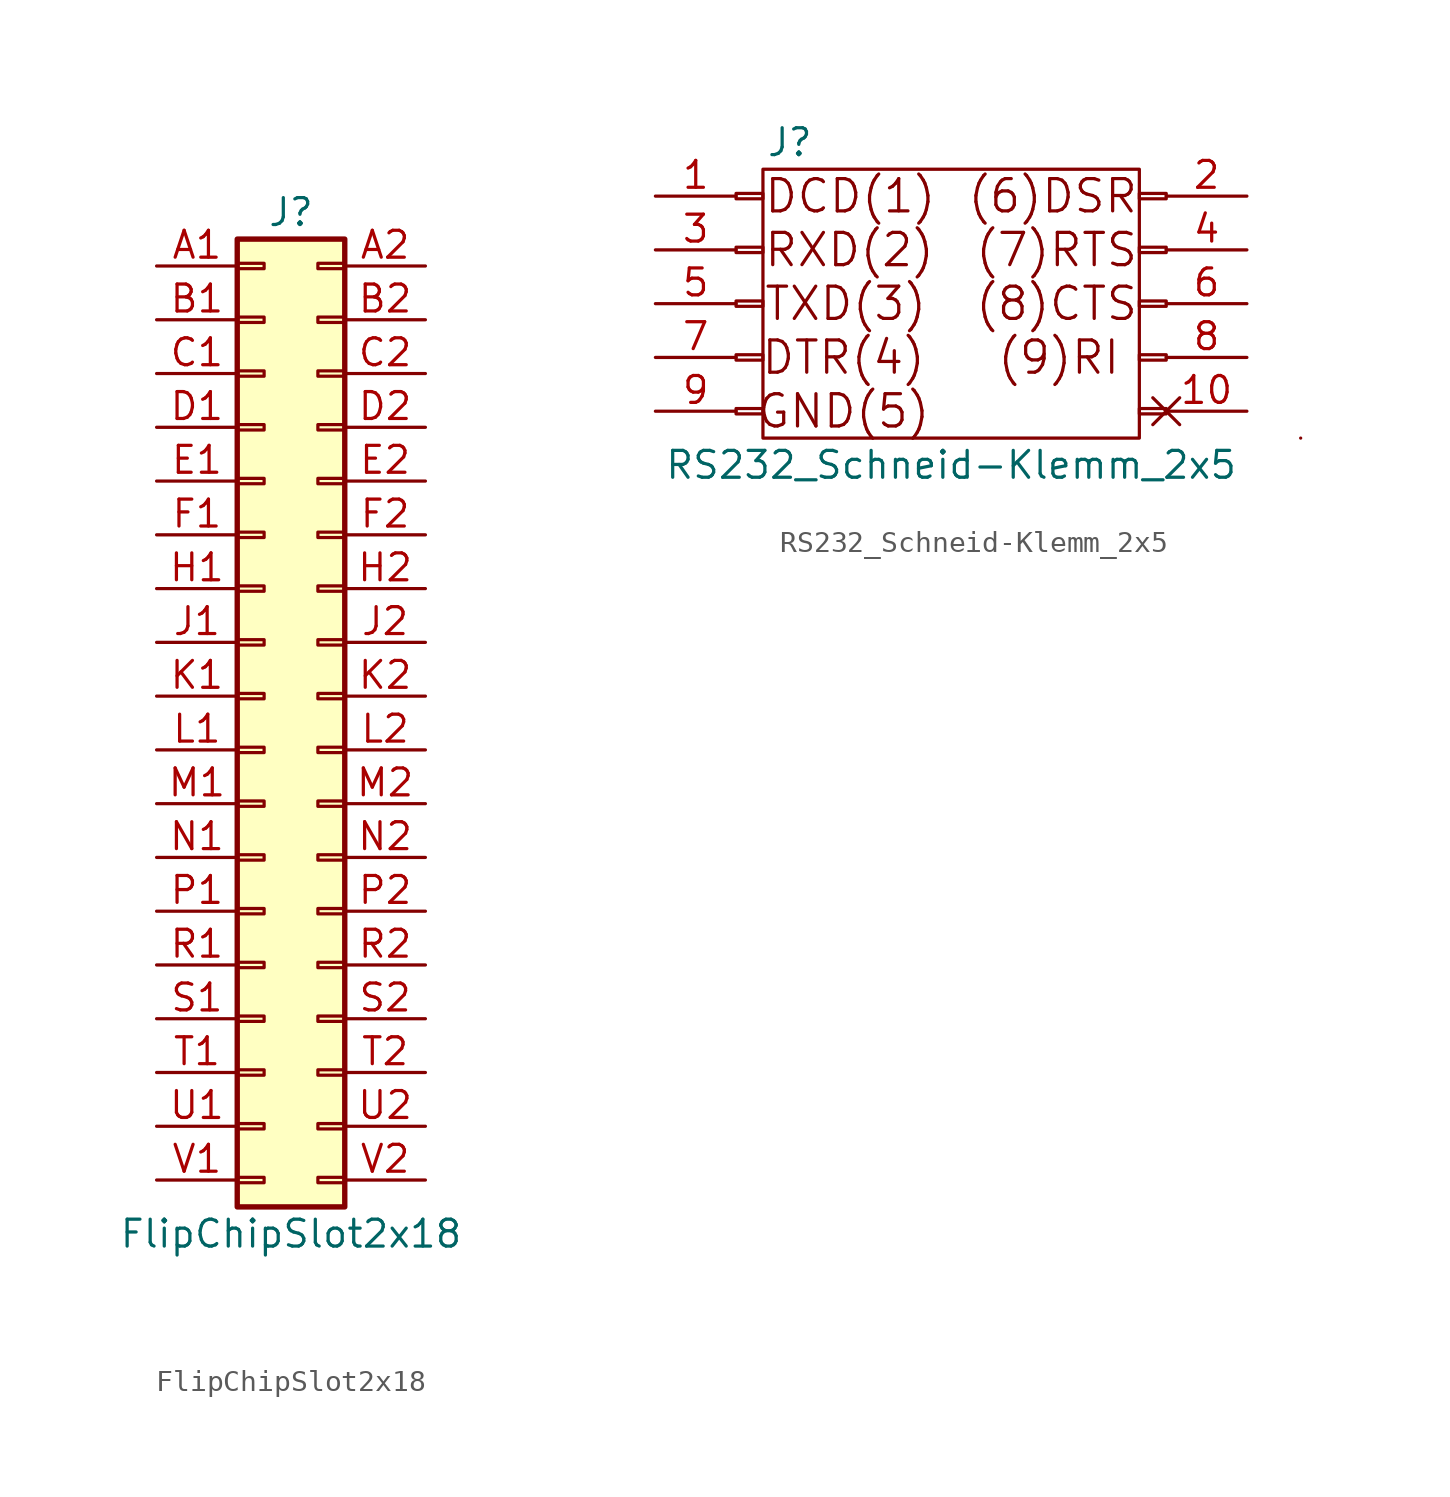
<source format=kicad_sym>
(kicad_symbol_lib
  (version 20220914)
  (generator kicad_symbol_editor)
  (symbol "FlipChipSlot2x18"
    (pin_names
      (offset 1.016) hide)
    (property "Reference" "J"
      (at 1.27 22.86 0)
      (effects (font (size 1.27 1.27))))
    (property "Value" "FlipChipSlot2x18"
      (at 1.27 -25.4 0)
      (effects (font (size 1.27 1.27))))
    (symbol "FlipChipSlot2x18_1_1"
      (rectangle (start -1.27 -22.733) (end 0 -22.987) (stroke (width 0.152) (type solid)) (fill (type none)))
      (rectangle (start -1.27 -20.193) (end 0 -20.447) (stroke (width 0.152) (type solid)) (fill (type none)))
      (rectangle (start -1.27 -17.653) (end 0 -17.907) (stroke (width 0.152) (type solid)) (fill (type none)))
      (rectangle (start -1.27 -15.113) (end 0 -15.367) (stroke (width 0.152) (type solid)) (fill (type none)))
      (rectangle (start -1.27 -12.573) (end 0 -12.827) (stroke (width 0.152) (type solid)) (fill (type none)))
      (rectangle (start -1.27 -10.033) (end 0 -10.287) (stroke (width 0.152) (type solid)) (fill (type none)))
      (rectangle (start -1.27 -7.493) (end 0 -7.747) (stroke (width 0.152) (type solid)) (fill (type none)))
      (rectangle (start -1.27 -4.953) (end 0 -5.207) (stroke (width 0.152) (type solid)) (fill (type none)))
      (rectangle (start -1.27 -2.413) (end 0 -2.667) (stroke (width 0.152) (type solid)) (fill (type none)))
      (rectangle (start -1.27 0.127) (end 0 -0.127) (stroke (width 0.152) (type solid)) (fill (type none)))
      (rectangle (start -1.27 2.667) (end 0 2.413) (stroke (width 0.152) (type solid)) (fill (type none)))
      (rectangle (start -1.27 5.207) (end 0 4.953) (stroke (width 0.152) (type solid)) (fill (type none)))
      (rectangle (start -1.27 7.747) (end 0 7.493) (stroke (width 0.152) (type solid)) (fill (type none)))
      (rectangle (start -1.27 10.287) (end 0 10.033) (stroke (width 0.152) (type solid)) (fill (type none)))
      (rectangle (start -1.27 12.827) (end 0 12.573) (stroke (width 0.152) (type solid)) (fill (type none)))
      (rectangle (start -1.27 15.367) (end 0 15.113) (stroke (width 0.152) (type solid)) (fill (type none)))
      (rectangle (start -1.27 17.907) (end 0 17.653) (stroke (width 0.152) (type solid)) (fill (type none)))
      (rectangle (start -1.27 20.447) (end 0 20.193) (stroke (width 0.152) (type solid)) (fill (type none)))
      (rectangle (start -1.27 21.59) (end 3.81 -24.13) (stroke (width 0.254) (type solid)) (fill (type background)))
      (rectangle (start 3.81 -22.733) (end 2.54 -22.987) (stroke (width 0.152) (type solid)) (fill (type none)))
      (rectangle (start 3.81 -20.193) (end 2.54 -20.447) (stroke (width 0.152) (type solid)) (fill (type none)))
      (rectangle (start 3.81 -17.653) (end 2.54 -17.907) (stroke (width 0.152) (type solid)) (fill (type none)))
      (rectangle (start 3.81 -15.113) (end 2.54 -15.367) (stroke (width 0.152) (type solid)) (fill (type none)))
      (rectangle (start 3.81 -12.573) (end 2.54 -12.827) (stroke (width 0.152) (type solid)) (fill (type none)))
      (rectangle (start 3.81 -10.033) (end 2.54 -10.287) (stroke (width 0.152) (type solid)) (fill (type none)))
      (rectangle (start 3.81 -7.493) (end 2.54 -7.747) (stroke (width 0.152) (type solid)) (fill (type none)))
      (rectangle (start 3.81 -4.953) (end 2.54 -5.207) (stroke (width 0.152) (type solid)) (fill (type none)))
      (rectangle (start 3.81 -2.413) (end 2.54 -2.667) (stroke (width 0.152) (type solid)) (fill (type none)))
      (rectangle (start 3.81 0.127) (end 2.54 -0.127) (stroke (width 0.152) (type solid)) (fill (type none)))
      (rectangle (start 3.81 2.667) (end 2.54 2.413) (stroke (width 0.152) (type solid)) (fill (type none)))
      (rectangle (start 3.81 5.207) (end 2.54 4.953) (stroke (width 0.152) (type solid)) (fill (type none)))
      (rectangle (start 3.81 7.747) (end 2.54 7.493) (stroke (width 0.152) (type solid)) (fill (type none)))
      (rectangle (start 3.81 10.287) (end 2.54 10.033) (stroke (width 0.152) (type solid)) (fill (type none)))
      (rectangle (start 3.81 12.827) (end 2.54 12.573) (stroke (width 0.152) (type solid)) (fill (type none)))
      (rectangle (start 3.81 15.367) (end 2.54 15.113) (stroke (width 0.152) (type solid)) (fill (type none)))
      (rectangle (start 3.81 17.907) (end 2.54 17.653) (stroke (width 0.152) (type solid)) (fill (type none)))
      (rectangle (start 3.81 20.447) (end 2.54 20.193) (stroke (width 0.152) (type solid)) (fill (type none)))
      (pin passive line (at -5.08 20.32 0) (length 3.81) (name "Pin_A1" (effects (font (size 1.27 1.27)))) (number "A1" (effects (font (size 1.27 1.27)))))
      (pin passive line (at 7.62 20.32 180) (length 3.81) (name "Pin_A2" (effects (font (size 1.27 1.27)))) (number "A2" (effects (font (size 1.27 1.27)))))
      (pin passive line (at -5.08 17.78 0) (length 3.81) (name "Pin_B1" (effects (font (size 1.27 1.27)))) (number "B1" (effects (font (size 1.27 1.27)))))
      (pin passive line (at 7.62 17.78 180) (length 3.81) (name "Pin_B2" (effects (font (size 1.27 1.27)))) (number "B2" (effects (font (size 1.27 1.27)))))
      (pin passive line (at -5.08 15.24 0) (length 3.81) (name "Pin_C1" (effects (font (size 1.27 1.27)))) (number "C1" (effects (font (size 1.27 1.27)))))
      (pin passive line (at 7.62 15.24 180) (length 3.81) (name "Pin_C2" (effects (font (size 1.27 1.27)))) (number "C2" (effects (font (size 1.27 1.27)))))
      (pin passive line (at -5.08 12.7 0) (length 3.81) (name "Pin_D1" (effects (font (size 1.27 1.27)))) (number "D1" (effects (font (size 1.27 1.27)))))
      (pin passive line (at 7.62 12.7 180) (length 3.81) (name "Pin_D2" (effects (font (size 1.27 1.27)))) (number "D2" (effects (font (size 1.27 1.27)))))
      (pin passive line (at -5.08 10.16 0) (length 3.81) (name "Pin_E1" (effects (font (size 1.27 1.27)))) (number "E1" (effects (font (size 1.27 1.27)))))
      (pin passive line (at 7.62 10.16 180) (length 3.81) (name "Pin_E2" (effects (font (size 1.27 1.27)))) (number "E2" (effects (font (size 1.27 1.27)))))
      (pin passive line (at -5.08 7.62 0) (length 3.81) (name "Pin_F1" (effects (font (size 1.27 1.27)))) (number "F1" (effects (font (size 1.27 1.27)))))
      (pin passive line (at 7.62 7.62 180) (length 3.81) (name "Pin_F2" (effects (font (size 1.27 1.27)))) (number "F2" (effects (font (size 1.27 1.27)))))
      (pin passive line (at -5.08 5.08 0) (length 3.81) (name "Pin_H1" (effects (font (size 1.27 1.27)))) (number "H1" (effects (font (size 1.27 1.27)))))
      (pin passive line (at 7.62 5.08 180) (length 3.81) (name "Pin_H2" (effects (font (size 1.27 1.27)))) (number "H2" (effects (font (size 1.27 1.27)))))
      (pin passive line (at -5.08 2.54 0) (length 3.81) (name "Pin_J1" (effects (font (size 1.27 1.27)))) (number "J1" (effects (font (size 1.27 1.27)))))
      (pin passive line (at 7.62 2.54 180) (length 3.81) (name "Pin_J2" (effects (font (size 1.27 1.27)))) (number "J2" (effects (font (size 1.27 1.27)))))
      (pin passive line (at -5.08 0 0) (length 3.81) (name "Pin_K1" (effects (font (size 1.27 1.27)))) (number "K1" (effects (font (size 1.27 1.27)))))
      (pin passive line (at 7.62 0 180) (length 3.81) (name "Pin_K2" (effects (font (size 1.27 1.27)))) (number "K2" (effects (font (size 1.27 1.27)))))
      (pin passive line (at -5.08 -2.54 0) (length 3.81) (name "Pin_L1" (effects (font (size 1.27 1.27)))) (number "L1" (effects (font (size 1.27 1.27)))))
      (pin passive line (at 7.62 -2.54 180) (length 3.81) (name "Pin_L2" (effects (font (size 1.27 1.27)))) (number "L2" (effects (font (size 1.27 1.27)))))
      (pin passive line (at -5.08 -5.08 0) (length 3.81) (name "Pin_M1" (effects (font (size 1.27 1.27)))) (number "M1" (effects (font (size 1.27 1.27)))))
      (pin passive line (at 7.62 -5.08 180) (length 3.81) (name "Pin_M2" (effects (font (size 1.27 1.27)))) (number "M2" (effects (font (size 1.27 1.27)))))
      (pin passive line (at -5.08 -7.62 0) (length 3.81) (name "Pin_N1" (effects (font (size 1.27 1.27)))) (number "N1" (effects (font (size 1.27 1.27)))))
      (pin passive line (at 7.62 -7.62 180) (length 3.81) (name "Pin_N2" (effects (font (size 1.27 1.27)))) (number "N2" (effects (font (size 1.27 1.27)))))
      (pin passive line (at -5.08 -10.16 0) (length 3.81) (name "Pin_P1" (effects (font (size 1.27 1.27)))) (number "P1" (effects (font (size 1.27 1.27)))))
      (pin passive line (at 7.62 -10.16 180) (length 3.81) (name "Pin_P2" (effects (font (size 1.27 1.27)))) (number "P2" (effects (font (size 1.27 1.27)))))
      (pin passive line (at -5.08 -12.7 0) (length 3.81) (name "Pin_R1" (effects (font (size 1.27 1.27)))) (number "R1" (effects (font (size 1.27 1.27)))))
      (pin passive line (at 7.62 -12.7 180) (length 3.81) (name "Pin_R2" (effects (font (size 1.27 1.27)))) (number "R2" (effects (font (size 1.27 1.27)))))
      (pin passive line (at -5.08 -15.24 0) (length 3.81) (name "Pin_S1" (effects (font (size 1.27 1.27)))) (number "S1" (effects (font (size 1.27 1.27)))))
      (pin passive line (at 7.62 -15.24 180) (length 3.81) (name "Pin_S2" (effects (font (size 1.27 1.27)))) (number "S2" (effects (font (size 1.27 1.27)))))
      (pin passive line (at -5.08 -17.78 0) (length 3.81) (name "Pin_T1" (effects (font (size 1.27 1.27)))) (number "T1" (effects (font (size 1.27 1.27)))))
      (pin passive line (at 7.62 -17.78 180) (length 3.81) (name "Pin_T2" (effects (font (size 1.27 1.27)))) (number "T2" (effects (font (size 1.27 1.27)))))
      (pin passive line (at -5.08 -20.32 0) (length 3.81) (name "Pin_U1" (effects (font (size 1.27 1.27)))) (number "U1" (effects (font (size 1.27 1.27)))))
      (pin passive line (at 7.62 -20.32 180) (length 3.81) (name "Pin_U2" (effects (font (size 1.27 1.27)))) (number "U2" (effects (font (size 1.27 1.27)))))
      (pin passive line (at -5.08 -22.86 0) (length 3.81) (name "Pin_V1" (effects (font (size 1.27 1.27)))) (number "V1" (effects (font (size 1.27 1.27)))))
      (pin passive line (at 7.62 -22.86 180) (length 3.81) (name "Pin_V2" (effects (font (size 1.27 1.27)))) (number "V2" (effects (font (size 1.27 1.27)))))))
  (symbol "RS232_Schneid-Klemm_2x5"
    (pin_names
      (offset 1.016) hide)
    (property "Reference" "J"
      (at -6.35 7.62 0)
      (effects (font (size 1.27 1.27))))
    (property "Value" "RS232_Schneid-Klemm_2x5"
      (at 1.27 -7.62 0)
      (effects (font (size 1.27 1.27))))
    (symbol "RS232_Schneid-Klemm_2x5_0_0"
      (rectangle (start -7.62 6.35) (end 10.16 -6.35) (stroke (width 0) (type solid)) (fill (type none)))
      (rectangle (start 17.78 -6.35) (end 17.78 -6.35) (stroke (width 0) (type solid)) (fill (type none)))
      (text "(6)DSR" (at 10.16 5.08 0) (effects (font (size 1.524 1.524)) (justify right)))
      (text "(7)RTS" (at 10.16 2.54 0) (effects (font (size 1.524 1.524)) (justify right)))
      (text "(8)CTS" (at 10.16 0 0) (effects (font (size 1.524 1.524)) (justify right)))
      (text "(9)RI" (at 6.35 -2.54 0) (effects (font (size 1.524 1.524))))
      (text "DCD(1)" (at -7.62 5.08 0) (effects (font (size 1.524 1.524)) (justify left)))
      (text "DTR(4)" (at -3.81 -2.54 0) (effects (font (size 1.524 1.524))))
      (text "GND(5)" (at -3.81 -5.08 0) (effects (font (size 1.524 1.524))))
      (text "RXD(2)" (at -7.62 2.54 0) (effects (font (size 1.524 1.524)) (justify left)))
      (text "TXD(3)" (at -7.62 0 0) (effects (font (size 1.524 1.524)) (justify left))))
    (symbol "RS232_Schneid-Klemm_2x5_1_1"
      (rectangle (start -8.89 -4.953) (end -7.62 -5.207) (stroke (width 0.152) (type solid)) (fill (type none)))
      (rectangle (start -8.89 -2.413) (end -7.62 -2.667) (stroke (width 0.152) (type solid)) (fill (type none)))
      (rectangle (start -8.89 0.127) (end -7.62 -0.127) (stroke (width 0.152) (type solid)) (fill (type none)))
      (rectangle (start -8.89 2.667) (end -7.62 2.413) (stroke (width 0.152) (type solid)) (fill (type none)))
      (rectangle (start -8.89 5.207) (end -7.62 4.953) (stroke (width 0.152) (type solid)) (fill (type none)))
      (rectangle (start 11.43 -4.953) (end 10.16 -5.207) (stroke (width 0.152) (type solid)) (fill (type none)))
      (rectangle (start 11.43 -2.413) (end 10.16 -2.667) (stroke (width 0.152) (type solid)) (fill (type none)))
      (rectangle (start 11.43 0.127) (end 10.16 -0.127) (stroke (width 0.152) (type solid)) (fill (type none)))
      (rectangle (start 11.43 2.667) (end 10.16 2.413) (stroke (width 0.152) (type solid)) (fill (type none)))
      (rectangle (start 11.43 5.207) (end 10.16 4.953) (stroke (width 0.152) (type solid)) (fill (type none)))
      (pin passive line (at -12.7 5.08 0) (length 3.81) (name "DCD" (effects (font (size 1.27 1.27)))) (number "1" (effects (font (size 1.27 1.27)))))
      (pin passive non_logic (at 15.24 -5.08 180) (length 3.81) (name "Pin_10" (effects (font (size 1.27 1.27)))) (number "10" (effects (font (size 1.27 1.27)))))
      (pin passive line (at 15.24 5.08 180) (length 3.81) (name "DSR" (effects (font (size 1.27 1.27)))) (number "2" (effects (font (size 1.27 1.27)))))
      (pin output line (at -12.7 2.54 0) (length 3.81) (name "RXD" (effects (font (size 1.27 1.27)))) (number "3" (effects (font (size 1.27 1.27)))))
      (pin passive line (at 15.24 2.54 180) (length 3.81) (name "RTS" (effects (font (size 1.27 1.27)))) (number "4" (effects (font (size 1.27 1.27)))))
      (pin input line (at -12.7 0 0) (length 3.81) (name "TXD" (effects (font (size 1.27 1.27)))) (number "5" (effects (font (size 1.27 1.27)))))
      (pin passive line (at 15.24 0 180) (length 3.81) (name "CTS" (effects (font (size 1.27 1.27)))) (number "6" (effects (font (size 1.27 1.27)))))
      (pin passive line (at -12.7 -2.54 0) (length 3.81) (name "DTR" (effects (font (size 1.27 1.27)))) (number "7" (effects (font (size 1.27 1.27)))))
      (pin passive line (at 15.24 -2.54 180) (length 3.81) (name "RI" (effects (font (size 1.27 1.27)))) (number "8" (effects (font (size 1.27 1.27)))))
      (pin power_in line (at -12.7 -5.08 0) (length 3.81) (name "GND" (effects (font (size 1.27 1.27)))) (number "9" (effects (font (size 1.27 1.27))))))))
</source>
